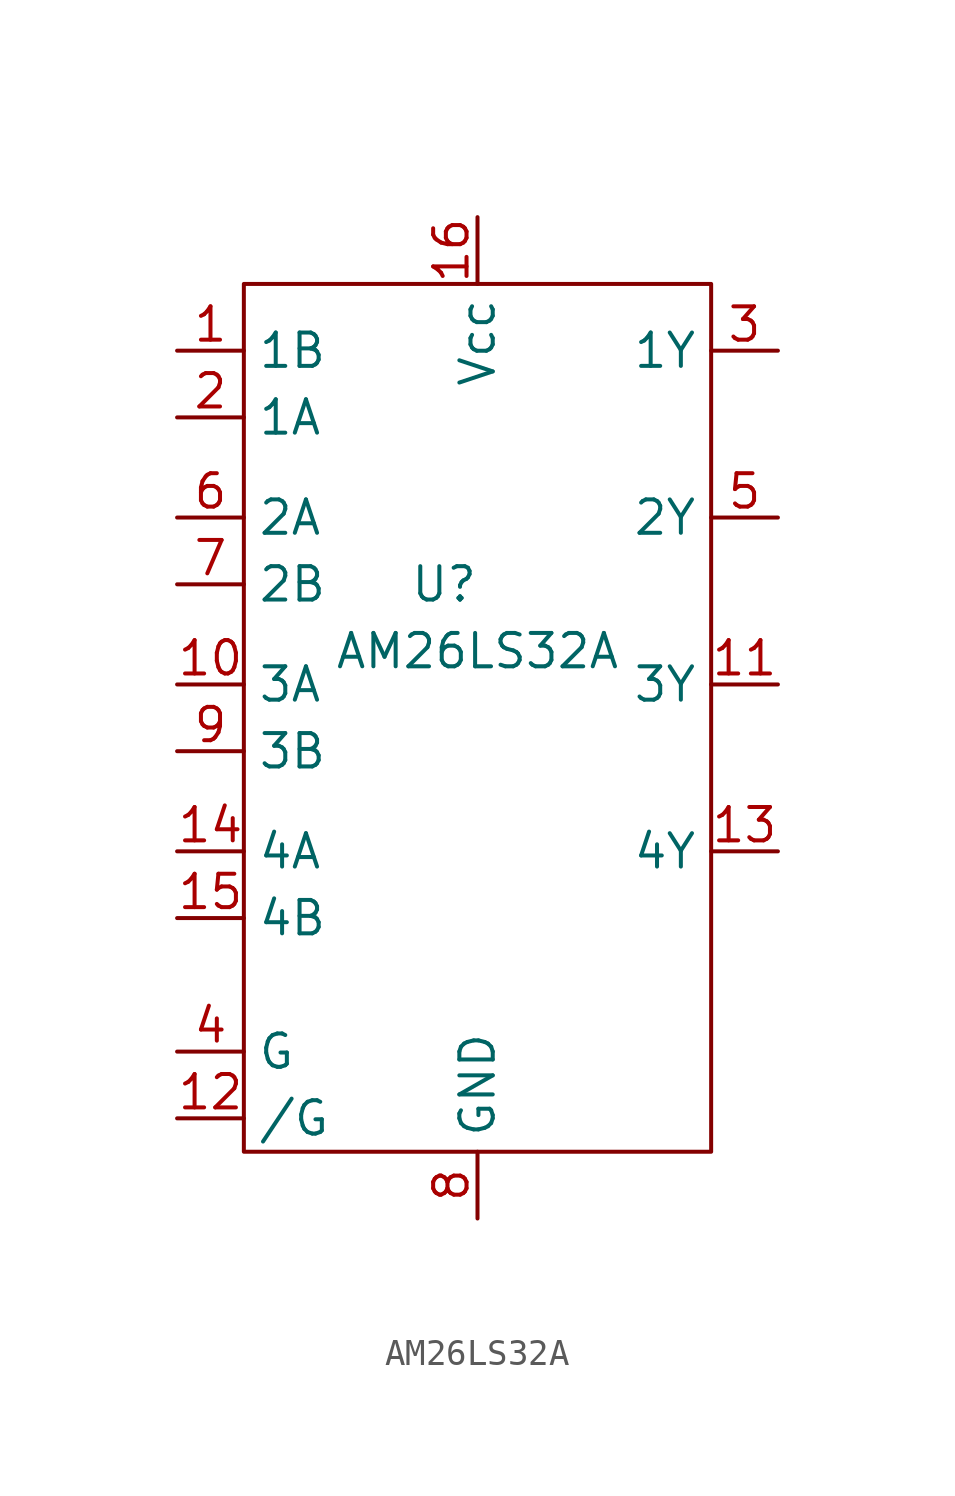
<source format=kicad_sym>
(kicad_symbol_lib
  (version 20211014)
  (generator kicad_symbol_editor)
  (symbol "AM26LS32A"
    (property "Reference" "U"
      (at -1.27 2.54 0)
      (effects (font (size 1.27 1.27))))
    (property "Value" "AM26LS32A"
      (at 0 0 0)
      (effects (font (size 1.27 1.27))))
    (symbol "AM26LS32A_0_1"
      (rectangle (start -8.89 13.97) (end 8.89 -19.05) (stroke (width 0.152) (type default) (color 0 0 0 0)) (fill (type none))))
    (symbol "AM26LS32A_1_1"
      (pin input line (at -11.43 11.43 0) (length 2.54) (name "1B" (effects (font (size 1.27 1.27)))) (number "1" (effects (font (size 1.27 1.27)))))
      (pin input line (at -11.43 -1.27 0) (length 2.54) (name "3A" (effects (font (size 1.27 1.27)))) (number "10" (effects (font (size 1.27 1.27)))))
      (pin output line (at 11.43 -1.27 180) (length 2.54) (name "3Y" (effects (font (size 1.27 1.27)))) (number "11" (effects (font (size 1.27 1.27)))))
      (pin input line (at -11.43 -17.78 0) (length 2.54) (name "/G" (effects (font (size 1.27 1.27)))) (number "12" (effects (font (size 1.27 1.27)))))
      (pin output line (at 11.43 -7.62 180) (length 2.54) (name "4Y" (effects (font (size 1.27 1.27)))) (number "13" (effects (font (size 1.27 1.27)))))
      (pin input line (at -11.43 -7.62 0) (length 2.54) (name "4A" (effects (font (size 1.27 1.27)))) (number "14" (effects (font (size 1.27 1.27)))))
      (pin input line (at -11.43 -10.16 0) (length 2.54) (name "4B" (effects (font (size 1.27 1.27)))) (number "15" (effects (font (size 1.27 1.27)))))
      (pin power_in line (at 0 16.51 270) (length 2.54) (name "Vcc" (effects (font (size 1.27 1.27)))) (number "16" (effects (font (size 1.27 1.27)))))
      (pin input line (at -11.43 8.89 0) (length 2.54) (name "1A" (effects (font (size 1.27 1.27)))) (number "2" (effects (font (size 1.27 1.27)))))
      (pin output line (at 11.43 11.43 180) (length 2.54) (name "1Y" (effects (font (size 1.27 1.27)))) (number "3" (effects (font (size 1.27 1.27)))))
      (pin input line (at -11.43 -15.24 0) (length 2.54) (name "G" (effects (font (size 1.27 1.27)))) (number "4" (effects (font (size 1.27 1.27)))))
      (pin output line (at 11.43 5.08 180) (length 2.54) (name "2Y" (effects (font (size 1.27 1.27)))) (number "5" (effects (font (size 1.27 1.27)))))
      (pin input line (at -11.43 5.08 0) (length 2.54) (name "2A" (effects (font (size 1.27 1.27)))) (number "6" (effects (font (size 1.27 1.27)))))
      (pin input line (at -11.43 2.54 0) (length 2.54) (name "2B" (effects (font (size 1.27 1.27)))) (number "7" (effects (font (size 1.27 1.27)))))
      (pin power_in line (at 0 -21.59 90) (length 2.54) (name "GND" (effects (font (size 1.27 1.27)))) (number "8" (effects (font (size 1.27 1.27)))))
      (pin input line (at -11.43 -3.81 0) (length 2.54) (name "3B" (effects (font (size 1.27 1.27)))) (number "9" (effects (font (size 1.27 1.27))))))))
</source>
